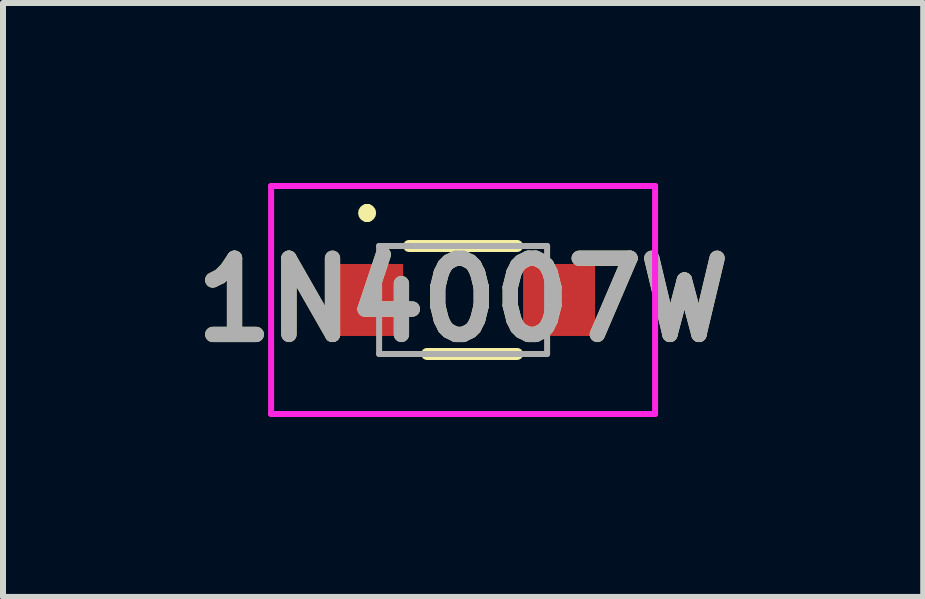
<source format=kicad_pcb>
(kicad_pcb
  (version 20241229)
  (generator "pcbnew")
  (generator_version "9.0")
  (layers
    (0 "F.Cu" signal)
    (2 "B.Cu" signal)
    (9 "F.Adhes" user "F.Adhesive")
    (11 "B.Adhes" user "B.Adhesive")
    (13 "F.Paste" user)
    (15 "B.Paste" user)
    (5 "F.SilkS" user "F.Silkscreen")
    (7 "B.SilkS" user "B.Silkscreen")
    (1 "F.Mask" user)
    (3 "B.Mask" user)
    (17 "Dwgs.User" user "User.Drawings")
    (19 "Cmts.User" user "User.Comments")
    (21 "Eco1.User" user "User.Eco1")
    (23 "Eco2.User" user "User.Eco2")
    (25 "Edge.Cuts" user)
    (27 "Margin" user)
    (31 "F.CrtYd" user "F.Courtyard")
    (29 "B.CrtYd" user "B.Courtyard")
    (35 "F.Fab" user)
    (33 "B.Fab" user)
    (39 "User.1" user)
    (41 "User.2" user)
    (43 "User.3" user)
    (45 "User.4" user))
  (footprint "1N4007W"
    (layer "F.Cu")
    (at 4.669 1.95)
    (property "Reference" "1N4007W" (at 0 0 0) (layer "F.SilkS") (effects (font (size 1.27 1.27) (thickness 0.254))))
    (attr smd)
    (fp_line (start -1.6 -1.5) (end -1.6 -1.5) (stroke (width 0.2) (type solid)) (layer "F.SilkS"))
    (fp_line (start -1.6 -1.5) (end -1.6 -1.4) (stroke (width 0.2) (type solid)) (layer "F.SilkS"))
    (fp_line (start -1.6 -1.4) (end -1.6 -1.4) (stroke (width 0.2) (type solid)) (layer "F.SilkS"))
    (fp_line (start -0.9 -0.9) (end 0.9 -0.9) (stroke (width 0.2) (type solid)) (layer "F.SilkS"))
    (fp_line (start -0.6 0.9) (end 0.9 0.9) (stroke (width 0.2) (type solid)) (layer "F.SilkS"))
    (fp_arc (start -1.6 -1.5) (mid -1.55 -1.45) (end -1.6 -1.4) (stroke (width 0.2) (type solid)) (layer "F.SilkS"))
    (fp_arc (start -1.6 -1.4) (mid -1.65 -1.45) (end -1.6 -1.5) (stroke (width 0.2) (type solid)) (layer "F.SilkS"))
    (fp_line (start -3.2 -1.9) (end 3.2 -1.9) (stroke (width 0.1) (type solid)) (layer "F.CrtYd"))
    (fp_line (start -3.2 1.9) (end -3.2 -1.9) (stroke (width 0.1) (type solid)) (layer "F.CrtYd"))
    (fp_line (start 3.2 -1.9) (end 3.2 1.9) (stroke (width 0.1) (type solid)) (layer "F.CrtYd"))
    (fp_line (start 3.2 1.9) (end -3.2 1.9) (stroke (width 0.1) (type solid)) (layer "F.CrtYd"))
    (fp_line (start -1.4 -0.9) (end -1.4 0.9) (stroke (width 0.1) (type solid)) (layer "F.Fab"))
    (fp_line (start -1.4 0.9) (end 1.4 0.9) (stroke (width 0.1) (type solid)) (layer "F.Fab"))
    (fp_line (start 1.4 -0.9) (end -1.4 -0.9) (stroke (width 0.1) (type solid)) (layer "F.Fab"))
    (fp_line (start 1.4 0.9) (end 1.4 -0.9) (stroke (width 0.1) (type solid)) (layer "F.Fab"))
    (fp_text user "${REFERENCE}" (at 0 0 0) (layer "F.Fab") (effects (font (size 1.27 1.27) (thickness 0.254))))
    (pad "1" smd rect (at -1.6 0 90) (size 1.2 1.2) (layers "F.Cu" "F.Mask" "F.Paste"))
    (pad "2" smd rect (at 1.6 0 90) (size 1.2 1.2) (layers "F.Cu" "F.Mask" "F.Paste")))
  (gr_rect
    (start -3 -3)
    (end 12.338 6.9)
    (stroke (width 0.1) (type default))
    (fill no)
    (layer "Edge.Cuts")))
</source>
